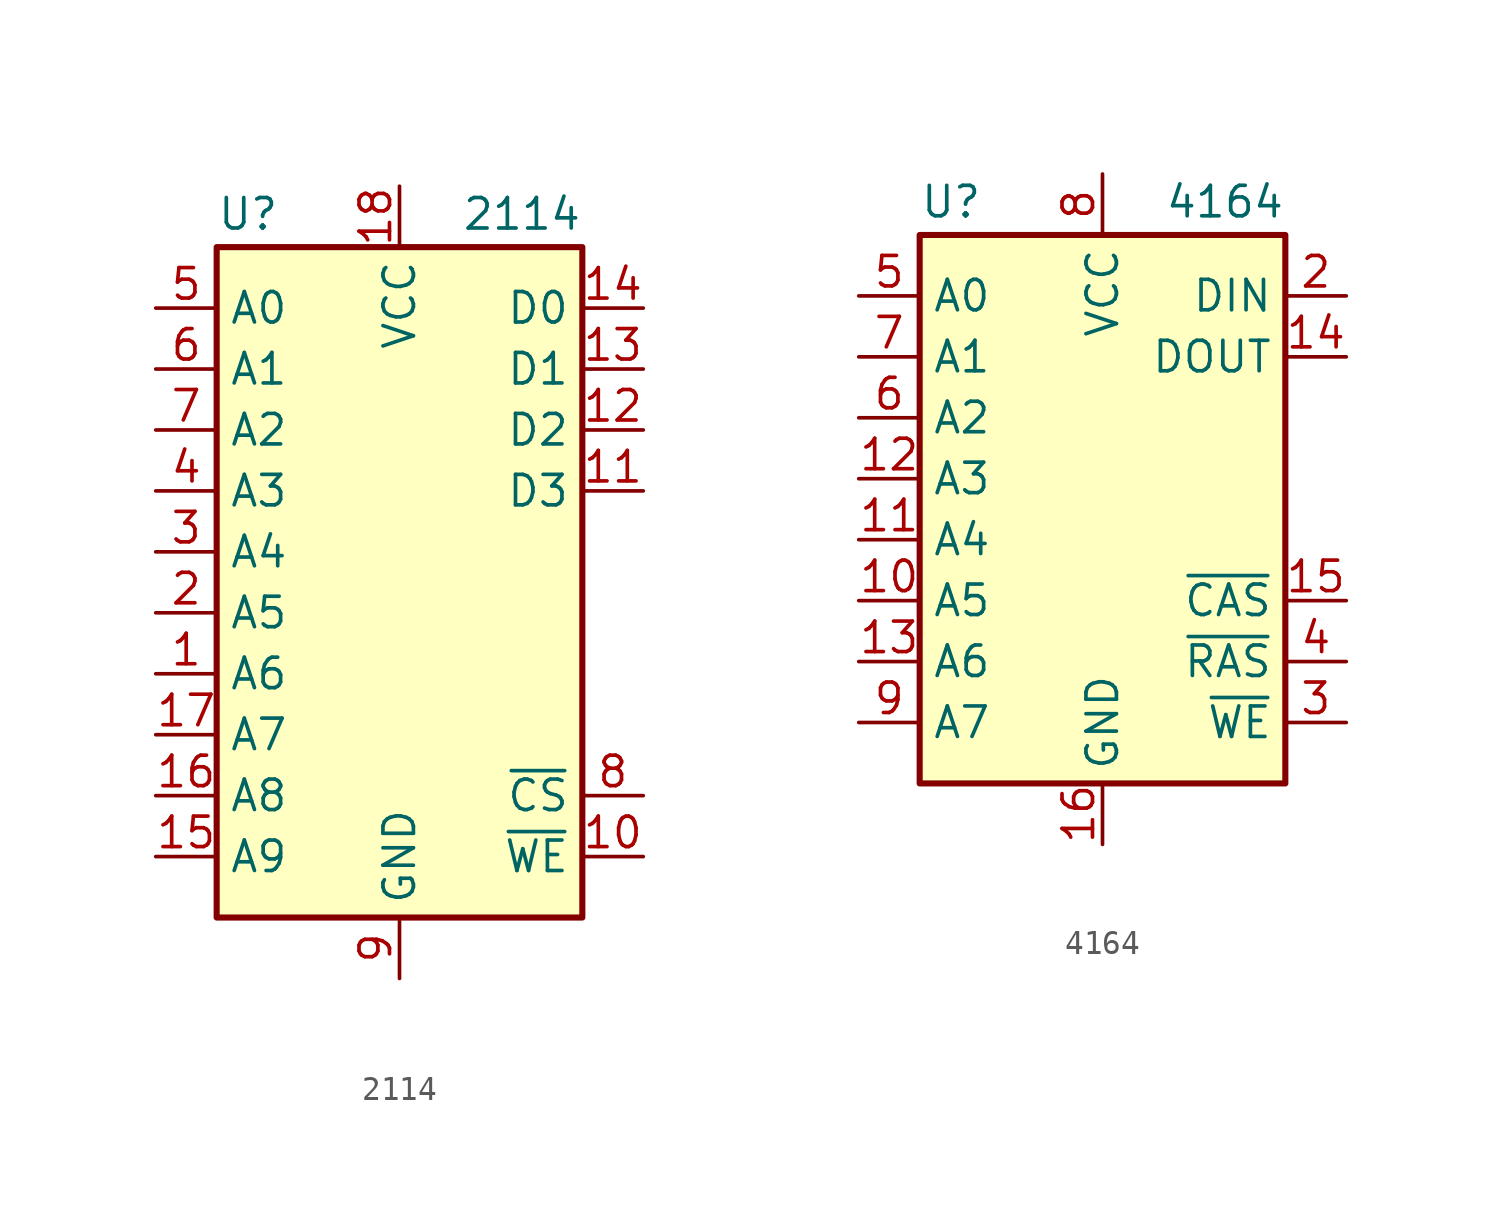
<source format=kicad_sym>
(kicad_symbol_lib
  (version 20231120)
  (generator "kicad_symbol_editor")
  (generator_version "8.0")
  (symbol "2114"
    (property "Reference" "U"
      (at -7.62 14.605 0)
      (effects (font (size 1.27 1.27)) (justify left bottom)))
    (property "Value" "2114"
      (at 7.62 14.605 0)
      (effects (font (size 1.27 1.27)) (justify right bottom)))
    (symbol "2114_0_1"
      (rectangle (start -7.62 13.97) (end 7.62 -13.97) (stroke (width 0.254) (type default)) (fill (type background))))
    (symbol "2114_1_0"
      (pin power_in line (at 0 16.51 270) (length 2.54) (name "VCC" (effects (font (size 1.27 1.27)))) (number "18" (effects (font (size 1.27 1.27)))))
      (pin power_in line (at 0 -16.51 90) (length 2.54) (name "GND" (effects (font (size 1.27 1.27)))) (number "9" (effects (font (size 1.27 1.27))))))
    (symbol "2114_1_1"
      (pin input line (at -10.16 -3.81 0) (length 2.54) (name "A6" (effects (font (size 1.27 1.27)))) (number "1" (effects (font (size 1.27 1.27)))))
      (pin input line (at 10.16 -11.43 180) (length 2.54) (name "~{WE}" (effects (font (size 1.27 1.27)))) (number "10" (effects (font (size 1.27 1.27)))))
      (pin tri_state line (at 10.16 3.81 180) (length 2.54) (name "D3" (effects (font (size 1.27 1.27)))) (number "11" (effects (font (size 1.27 1.27)))))
      (pin tri_state line (at 10.16 6.35 180) (length 2.54) (name "D2" (effects (font (size 1.27 1.27)))) (number "12" (effects (font (size 1.27 1.27)))))
      (pin tri_state line (at 10.16 8.89 180) (length 2.54) (name "D1" (effects (font (size 1.27 1.27)))) (number "13" (effects (font (size 1.27 1.27)))))
      (pin tri_state line (at 10.16 11.43 180) (length 2.54) (name "D0" (effects (font (size 1.27 1.27)))) (number "14" (effects (font (size 1.27 1.27)))))
      (pin input line (at -10.16 -11.43 0) (length 2.54) (name "A9" (effects (font (size 1.27 1.27)))) (number "15" (effects (font (size 1.27 1.27)))))
      (pin input line (at -10.16 -8.89 0) (length 2.54) (name "A8" (effects (font (size 1.27 1.27)))) (number "16" (effects (font (size 1.27 1.27)))))
      (pin input line (at -10.16 -6.35 0) (length 2.54) (name "A7" (effects (font (size 1.27 1.27)))) (number "17" (effects (font (size 1.27 1.27)))))
      (pin input line (at -10.16 -1.27 0) (length 2.54) (name "A5" (effects (font (size 1.27 1.27)))) (number "2" (effects (font (size 1.27 1.27)))))
      (pin input line (at -10.16 1.27 0) (length 2.54) (name "A4" (effects (font (size 1.27 1.27)))) (number "3" (effects (font (size 1.27 1.27)))))
      (pin input line (at -10.16 3.81 0) (length 2.54) (name "A3" (effects (font (size 1.27 1.27)))) (number "4" (effects (font (size 1.27 1.27)))))
      (pin input line (at -10.16 11.43 0) (length 2.54) (name "A0" (effects (font (size 1.27 1.27)))) (number "5" (effects (font (size 1.27 1.27)))))
      (pin input line (at -10.16 8.89 0) (length 2.54) (name "A1" (effects (font (size 1.27 1.27)))) (number "6" (effects (font (size 1.27 1.27)))))
      (pin input line (at -10.16 6.35 0) (length 2.54) (name "A2" (effects (font (size 1.27 1.27)))) (number "7" (effects (font (size 1.27 1.27)))))
      (pin input line (at 10.16 -8.89 180) (length 2.54) (name "~{CS}" (effects (font (size 1.27 1.27)))) (number "8" (effects (font (size 1.27 1.27)))))))
  (symbol "4164"
    (property "Reference" "U"
      (at -7.62 10.795 0)
      (effects (font (size 1.27 1.27)) (justify left bottom)))
    (property "Value" "4164"
      (at 7.62 10.795 0)
      (effects (font (size 1.27 1.27)) (justify right bottom)))
    (symbol "4164_0_1"
      (rectangle (start -7.62 10.16) (end 7.62 -12.7) (stroke (width 0.254) (type default)) (fill (type background))))
    (symbol "4164_1_0"
      (pin no_connect line (at 10.16 2.54 180) (length 2.54) hide (name "NC" (effects (font (size 1.27 1.27)))) (number "1" (effects (font (size 1.27 1.27)))))
      (pin power_in line (at 0 -15.24 90) (length 2.54) (name "GND" (effects (font (size 1.27 1.27)))) (number "16" (effects (font (size 1.27 1.27)))))
      (pin power_in line (at 0 12.7 270) (length 2.54) (name "VCC" (effects (font (size 1.27 1.27)))) (number "8" (effects (font (size 1.27 1.27))))))
    (symbol "4164_1_1"
      (pin input line (at -10.16 -5.08 0) (length 2.54) (name "A5" (effects (font (size 1.27 1.27)))) (number "10" (effects (font (size 1.27 1.27)))))
      (pin input line (at -10.16 -2.54 0) (length 2.54) (name "A4" (effects (font (size 1.27 1.27)))) (number "11" (effects (font (size 1.27 1.27)))))
      (pin input line (at -10.16 0 0) (length 2.54) (name "A3" (effects (font (size 1.27 1.27)))) (number "12" (effects (font (size 1.27 1.27)))))
      (pin input line (at -10.16 -7.62 0) (length 2.54) (name "A6" (effects (font (size 1.27 1.27)))) (number "13" (effects (font (size 1.27 1.27)))))
      (pin output line (at 10.16 5.08 180) (length 2.54) (name "DOUT" (effects (font (size 1.27 1.27)))) (number "14" (effects (font (size 1.27 1.27)))))
      (pin input line (at 10.16 -5.08 180) (length 2.54) (name "~{CAS}" (effects (font (size 1.27 1.27)))) (number "15" (effects (font (size 1.27 1.27)))))
      (pin input line (at 10.16 7.62 180) (length 2.54) (name "DIN" (effects (font (size 1.27 1.27)))) (number "2" (effects (font (size 1.27 1.27)))))
      (pin input line (at 10.16 -10.16 180) (length 2.54) (name "~{WE}" (effects (font (size 1.27 1.27)))) (number "3" (effects (font (size 1.27 1.27)))))
      (pin input line (at 10.16 -7.62 180) (length 2.54) (name "~{RAS}" (effects (font (size 1.27 1.27)))) (number "4" (effects (font (size 1.27 1.27)))))
      (pin input line (at -10.16 7.62 0) (length 2.54) (name "A0" (effects (font (size 1.27 1.27)))) (number "5" (effects (font (size 1.27 1.27)))))
      (pin input line (at -10.16 2.54 0) (length 2.54) (name "A2" (effects (font (size 1.27 1.27)))) (number "6" (effects (font (size 1.27 1.27)))))
      (pin input line (at -10.16 5.08 0) (length 2.54) (name "A1" (effects (font (size 1.27 1.27)))) (number "7" (effects (font (size 1.27 1.27)))))
      (pin input line (at -10.16 -10.16 0) (length 2.54) (name "A7" (effects (font (size 1.27 1.27)))) (number "9" (effects (font (size 1.27 1.27))))))))
</source>
